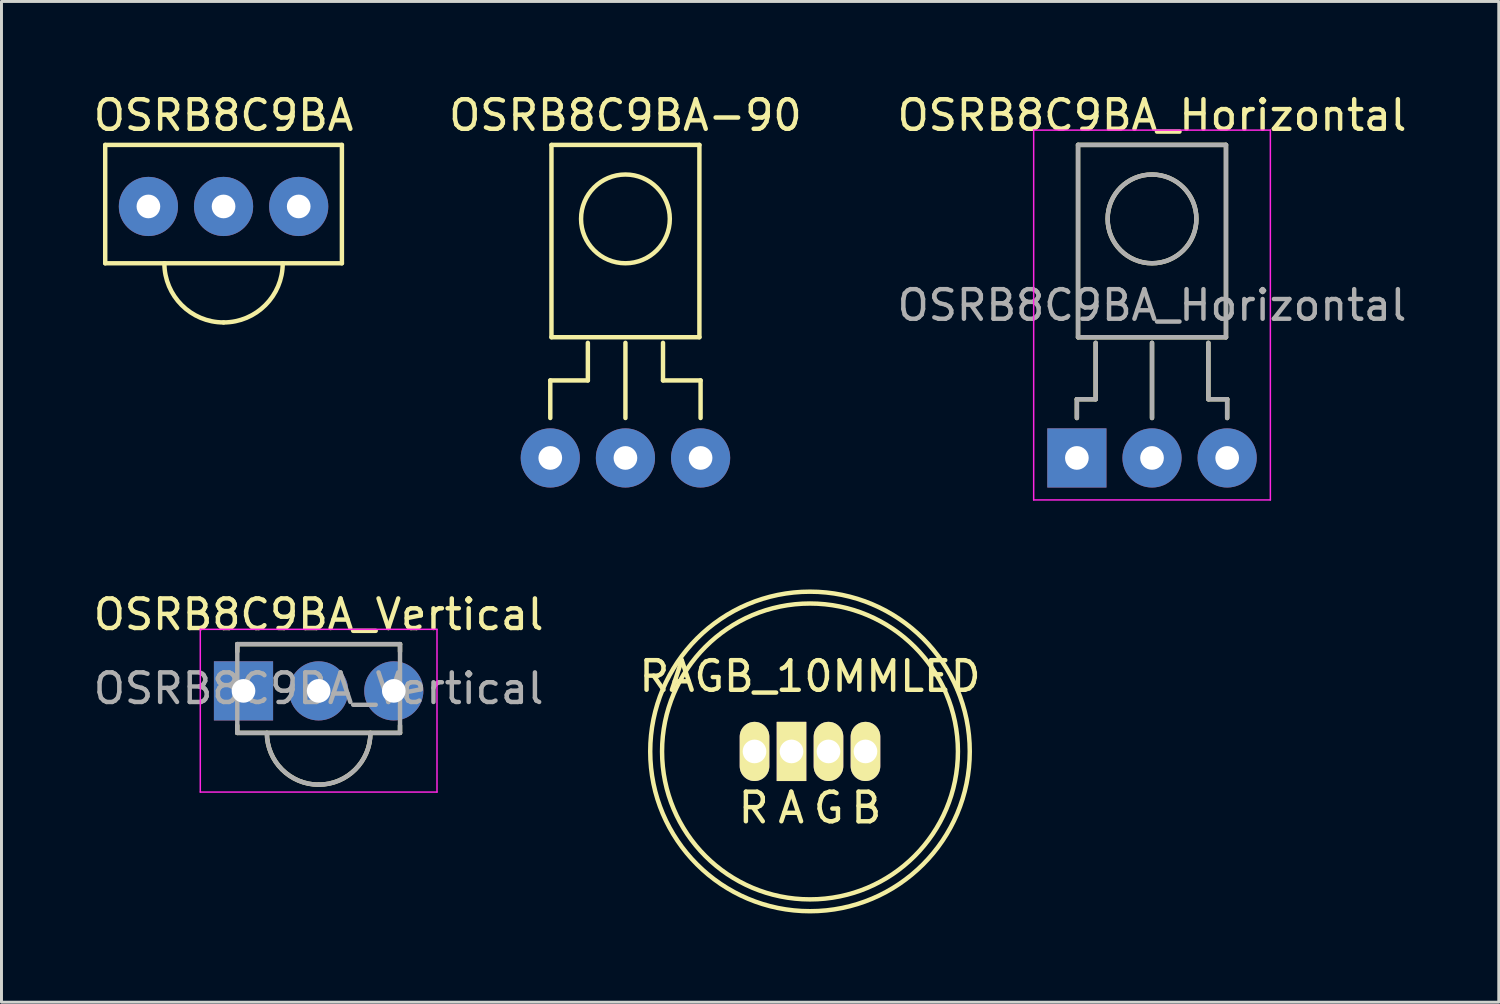
<source format=kicad_pcb>
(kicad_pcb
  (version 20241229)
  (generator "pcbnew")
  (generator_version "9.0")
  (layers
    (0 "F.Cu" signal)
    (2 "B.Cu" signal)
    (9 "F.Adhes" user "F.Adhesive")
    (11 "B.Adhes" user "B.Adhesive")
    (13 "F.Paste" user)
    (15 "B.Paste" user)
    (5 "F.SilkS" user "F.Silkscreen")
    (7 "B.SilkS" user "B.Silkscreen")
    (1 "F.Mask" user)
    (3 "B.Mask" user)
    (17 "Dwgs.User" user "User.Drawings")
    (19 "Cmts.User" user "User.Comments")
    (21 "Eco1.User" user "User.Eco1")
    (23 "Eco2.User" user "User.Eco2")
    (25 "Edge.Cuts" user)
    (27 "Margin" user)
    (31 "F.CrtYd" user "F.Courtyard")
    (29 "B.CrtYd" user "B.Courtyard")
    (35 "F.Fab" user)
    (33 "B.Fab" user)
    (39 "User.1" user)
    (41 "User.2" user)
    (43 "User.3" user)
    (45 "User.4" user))
  (footprint "OSRB8C9BA"
    (layer "F.Cu")
    (at 4.506 3.848)
    (property "Reference" "OSRB8C9BA" (at 0 -3 0) (layer "F.SilkS") (effects (font (size 1 1) (thickness 0.15))))
    (attr through_hole)
    (fp_line (start -4 -2) (end 4 -2) (stroke (width 0.15) (type solid)) (layer "F.SilkS"))
    (fp_line (start -4 2) (end -4 -2) (stroke (width 0.15) (type solid)) (layer "F.SilkS"))
    (fp_line (start 4 -2) (end 4 2) (stroke (width 0.15) (type solid)) (layer "F.SilkS"))
    (fp_line (start 4 2) (end -4 2) (stroke (width 0.15) (type solid)) (layer "F.SilkS"))
    (fp_arc (start 0 4) (mid -1.414214 3.414214) (end -2 2) (stroke (width 0.15) (type solid)) (layer "F.SilkS"))
    (fp_arc (start 2 2) (mid 1.414214 3.414214) (end 0 4) (stroke (width 0.15) (type solid)) (layer "F.SilkS"))
    (pad "1" thru_hole circle (at -2.54 0.08) (size 2 2) (drill 0.8) (layers "*.Cu" "*.Mask"))
    (pad "2" thru_hole circle (at 0 0.08) (size 2 2) (drill 0.8) (layers "*.Cu" "*.Mask"))
    (pad "3" thru_hole circle (at 2.54 0.08) (size 2 2) (drill 0.8) (layers "*.Cu" "*.Mask")))
  (footprint "OSRB8C9BA_Horizontal"
    (layer "F.Cu")
    (at 35.887 12.428)
    (property "Reference" "OSRB8C9BA_Horizontal" (at 0 -11.58 0) (layer "F.SilkS") (effects (font (size 1 1) (thickness 0.15))))
    (attr through_hole)
    (fp_line (start -2.54 -1.985) (end -1.905 -1.985) (stroke (width 0.15) (type solid)) (layer "F.SilkS"))
    (fp_line (start -2.54 -1.35) (end -2.54 -1.985) (stroke (width 0.15) (type solid)) (layer "F.SilkS"))
    (fp_line (start -2.5 -10.58) (end -2.5 -4.08) (stroke (width 0.15) (type solid)) (layer "F.SilkS"))
    (fp_line (start -2.5 -4.08) (end 2.5 -4.08) (stroke (width 0.15) (type solid)) (layer "F.SilkS"))
    (fp_line (start -1.905 -1.985) (end -1.905 -3.89) (stroke (width 0.15) (type solid)) (layer "F.SilkS"))
    (fp_line (start 0 -1.35) (end 0 -3.89) (stroke (width 0.15) (type solid)) (layer "F.SilkS"))
    (fp_line (start 1.905 -1.985) (end 1.905 -3.89) (stroke (width 0.15) (type solid)) (layer "F.SilkS"))
    (fp_line (start 2.5 -10.58) (end -2.5 -10.58) (stroke (width 0.15) (type solid)) (layer "F.SilkS"))
    (fp_line (start 2.5 -4.08) (end 2.5 -10.58) (stroke (width 0.15) (type solid)) (layer "F.SilkS"))
    (fp_line (start 2.54 -1.985) (end 1.905 -1.985) (stroke (width 0.15) (type solid)) (layer "F.SilkS"))
    (fp_line (start 2.54 -1.35) (end 2.54 -1.985) (stroke (width 0.15) (type solid)) (layer "F.SilkS"))
    (fp_circle (center 0 -8.08) (end 1.5 -8.08) (stroke (width 0.15) (type solid)) (fill no) (layer "F.SilkS"))
    (fp_line (start -4 -11.08) (end -4 1.42) (stroke (width 0.05) (type solid)) (layer "F.CrtYd"))
    (fp_line (start -4 1.42) (end 4 1.42) (stroke (width 0.05) (type solid)) (layer "F.CrtYd"))
    (fp_line (start 4 -11.08) (end -4 -11.08) (stroke (width 0.05) (type solid)) (layer "F.CrtYd"))
    (fp_line (start 4 1.42) (end 4 -11.08) (stroke (width 0.05) (type solid)) (layer "F.CrtYd"))
    (fp_line (start -2.54 -1.985) (end -1.905 -1.985) (stroke (width 0.15) (type solid)) (layer "F.Fab"))
    (fp_line (start -2.54 -1.35) (end -2.54 -1.985) (stroke (width 0.15) (type solid)) (layer "F.Fab"))
    (fp_line (start -2.5 -10.58) (end -2.5 -4.08) (stroke (width 0.15) (type solid)) (layer "F.Fab"))
    (fp_line (start -2.5 -4.08) (end 2.5 -4.08) (stroke (width 0.15) (type solid)) (layer "F.Fab"))
    (fp_line (start -1.905 -1.985) (end -1.905 -3.89) (stroke (width 0.15) (type solid)) (layer "F.Fab"))
    (fp_line (start 0 -1.35) (end 0 -3.89) (stroke (width 0.15) (type solid)) (layer "F.Fab"))
    (fp_line (start 1.905 -1.985) (end 1.905 -3.89) (stroke (width 0.15) (type solid)) (layer "F.Fab"))
    (fp_line (start 2.5 -10.58) (end -2.5 -10.58) (stroke (width 0.15) (type solid)) (layer "F.Fab"))
    (fp_line (start 2.5 -4.08) (end 2.5 -10.58) (stroke (width 0.15) (type solid)) (layer "F.Fab"))
    (fp_line (start 2.54 -1.985) (end 1.905 -1.985) (stroke (width 0.15) (type solid)) (layer "F.Fab"))
    (fp_line (start 2.54 -1.35) (end 2.54 -1.985) (stroke (width 0.15) (type solid)) (layer "F.Fab"))
    (fp_circle (center 0 -8.08) (end 1.5 -8.08) (stroke (width 0.15) (type solid)) (fill no) (layer "F.Fab"))
    (fp_text user "${REFERENCE}" (at 0 -5.16 0) (layer "F.Fab") (effects (font (size 1 1) (thickness 0.15))))
    (pad "1" thru_hole rect (at -2.54 0) (size 2 2) (drill 0.8) (layers "*.Cu" "*.Mask"))
    (pad "2" thru_hole circle (at 0 0) (size 2 2) (drill 0.8) (layers "*.Cu" "*.Mask"))
    (pad "3" thru_hole circle (at 2.54 0) (size 2 2) (drill 0.8) (layers "*.Cu" "*.Mask")))
  (footprint "RAGB_10MMLED"
    (layer "F.Cu")
    (at 24.327 22.348)
    (property "Reference" "RAGB_10MMLED" (at 0 -2.54 0) (layer "F.SilkS") (effects (font (size 1 1) (thickness 0.15))))
    (attr through_hole)
    (fp_circle (center 0 0) (end 5 0) (stroke (width 0.15) (type solid)) (fill no) (layer "F.SilkS"))
    (fp_circle (center 0 0) (end 5.4 0) (stroke (width 0.15) (type solid)) (fill no) (layer "F.SilkS"))
    (fp_text user "R" (at -1.905 1.905 0) (layer "F.SilkS") (effects (font (size 1 1) (thickness 0.15))))
    (fp_text user "B" (at 1.905 1.905 0) (layer "F.SilkS") (effects (font (size 1 1) (thickness 0.15))))
    (fp_text user "A" (at -0.635 1.905 0) (layer "F.SilkS") (effects (font (size 1 1) (thickness 0.15))))
    (fp_text user "G" (at 0.635 1.905 0) (layer "F.SilkS") (effects (font (size 1 1) (thickness 0.15))))
    (pad "1" thru_hole oval (at -1.875 0) (size 1 2) (drill 0.8) (layers "*.Cu" "*.Mask" "F.SilkS"))
    (pad "2" thru_hole rect (at -0.625 0) (size 1 2) (drill 0.8) (layers "*.Cu" "*.Mask" "F.SilkS"))
    (pad "3" thru_hole oval (at 1.875 0) (size 1 2) (drill 0.8) (layers "*.Cu" "*.Mask" "F.SilkS"))
    (pad "4" thru_hole oval (at 0.625 0) (size 1 2) (drill 0.8) (layers "*.Cu" "*.Mask" "F.SilkS")))
  (footprint "OSRB8C9BA_Vertical"
    (layer "F.Cu")
    (at 7.72 20.221)
    (property "Reference" "OSRB8C9BA_Vertical" (at 0 -2.5 0) (layer "F.SilkS") (effects (font (size 1 1) (thickness 0.15))))
    (attr through_hole)
    (fp_line (start -2.75 -1.5) (end 2.75 -1.5) (stroke (width 0.15) (type solid)) (layer "F.SilkS"))
    (fp_line (start -2.75 -1.25) (end -2.75 -1.5) (stroke (width 0.15) (type solid)) (layer "F.SilkS"))
    (fp_line (start -2.75 1.5) (end -2.75 1.25) (stroke (width 0.15) (type solid)) (layer "F.SilkS"))
    (fp_line (start 2.75 -1.5) (end 2.75 -1.25) (stroke (width 0.15) (type solid)) (layer "F.SilkS"))
    (fp_line (start 2.75 1.5) (end -2.75 1.5) (stroke (width 0.15) (type solid)) (layer "F.SilkS"))
    (fp_line (start 2.75 1.5) (end 2.75 1.25) (stroke (width 0.15) (type solid)) (layer "F.SilkS"))
    (fp_arc (start 0 3.25) (mid -1.237437 2.737437) (end -1.75 1.5) (stroke (width 0.15) (type solid)) (layer "F.SilkS"))
    (fp_arc (start 1.75 1.5) (mid 1.237437 2.737437) (end 0 3.25) (stroke (width 0.15) (type solid)) (layer "F.SilkS"))
    (fp_line (start -4 -2) (end -4 3.5) (stroke (width 0.05) (type solid)) (layer "F.CrtYd"))
    (fp_line (start -4 3.5) (end 4 3.5) (stroke (width 0.05) (type solid)) (layer "F.CrtYd"))
    (fp_line (start 4 -2) (end -4 -2) (stroke (width 0.05) (type solid)) (layer "F.CrtYd"))
    (fp_line (start 4 3.5) (end 4 -2) (stroke (width 0.05) (type solid)) (layer "F.CrtYd"))
    (fp_line (start -2.75 -1.5) (end 2.75 -1.5) (stroke (width 0.15) (type solid)) (layer "F.Fab"))
    (fp_line (start -2.75 1.5) (end -2.75 -1.5) (stroke (width 0.15) (type solid)) (layer "F.Fab"))
    (fp_line (start 2.75 -1.5) (end 2.75 1.5) (stroke (width 0.15) (type solid)) (layer "F.Fab"))
    (fp_line (start 2.75 1.5) (end -2.75 1.5) (stroke (width 0.15) (type solid)) (layer "F.Fab"))
    (fp_arc (start 0 3.25) (mid -1.237437 2.737437) (end -1.75 1.5) (stroke (width 0.15) (type solid)) (layer "F.Fab"))
    (fp_arc (start 1.75 1.5) (mid 1.237437 2.737437) (end 0 3.25) (stroke (width 0.15) (type solid)) (layer "F.Fab"))
    (fp_text user "${REFERENCE}" (at 0 0 0) (layer "F.Fab") (effects (font (size 1 1) (thickness 0.15))))
    (pad "1" thru_hole rect (at -2.54 0.08) (size 2 2) (drill 0.8) (layers "*.Cu" "*.Mask"))
    (pad "2" thru_hole circle (at 0 0.08) (size 2 2) (drill 0.8) (layers "*.Cu" "*.Mask"))
    (pad "3" thru_hole circle (at 2.54 0.08) (size 2 2) (drill 0.8) (layers "*.Cu" "*.Mask")))
  (footprint "OSRB8C9BA-90"
    (layer "F.Cu")
    (at 18.089 12.348)
    (property "Reference" "OSRB8C9BA-90" (at 0 -11.5 0) (layer "F.SilkS") (effects (font (size 1 1) (thickness 0.15))))
    (attr through_hole)
    (fp_line (start -2.54 -2.54) (end -1.27 -2.54) (stroke (width 0.15) (type solid)) (layer "F.SilkS"))
    (fp_line (start -2.54 -1.27) (end -2.54 -2.54) (stroke (width 0.15) (type solid)) (layer "F.SilkS"))
    (fp_line (start -2.5 -10.5) (end -2.5 -4) (stroke (width 0.15) (type solid)) (layer "F.SilkS"))
    (fp_line (start -2.5 -4) (end 2.5 -4) (stroke (width 0.15) (type solid)) (layer "F.SilkS"))
    (fp_line (start -1.27 -2.54) (end -1.27 -3.81) (stroke (width 0.15) (type solid)) (layer "F.SilkS"))
    (fp_line (start 0 -1.27) (end 0 -3.81) (stroke (width 0.15) (type solid)) (layer "F.SilkS"))
    (fp_line (start 1.27 -2.54) (end 1.27 -3.81) (stroke (width 0.15) (type solid)) (layer "F.SilkS"))
    (fp_line (start 2.5 -10.5) (end -2.5 -10.5) (stroke (width 0.15) (type solid)) (layer "F.SilkS"))
    (fp_line (start 2.5 -4) (end 2.5 -10.5) (stroke (width 0.15) (type solid)) (layer "F.SilkS"))
    (fp_line (start 2.54 -2.54) (end 1.27 -2.54) (stroke (width 0.15) (type solid)) (layer "F.SilkS"))
    (fp_line (start 2.54 -1.27) (end 2.54 -2.54) (stroke (width 0.15) (type solid)) (layer "F.SilkS"))
    (fp_circle (center 0 -8) (end 1.5 -8) (stroke (width 0.15) (type solid)) (fill no) (layer "F.SilkS"))
    (pad "1" thru_hole circle (at -2.54 0.08) (size 2 2) (drill 0.8) (layers "*.Cu" "*.Mask"))
    (pad "2" thru_hole circle (at 0 0.08) (size 2 2) (drill 0.8) (layers "*.Cu" "*.Mask"))
    (pad "3" thru_hole circle (at 2.54 0.08) (size 2 2) (drill 0.8) (layers "*.Cu" "*.Mask")))
  (gr_rect
    (start -3 -3)
    (end 47.607 30.823)
    (stroke (width 0.1) (type default))
    (fill no)
    (layer "Edge.Cuts")))
</source>
